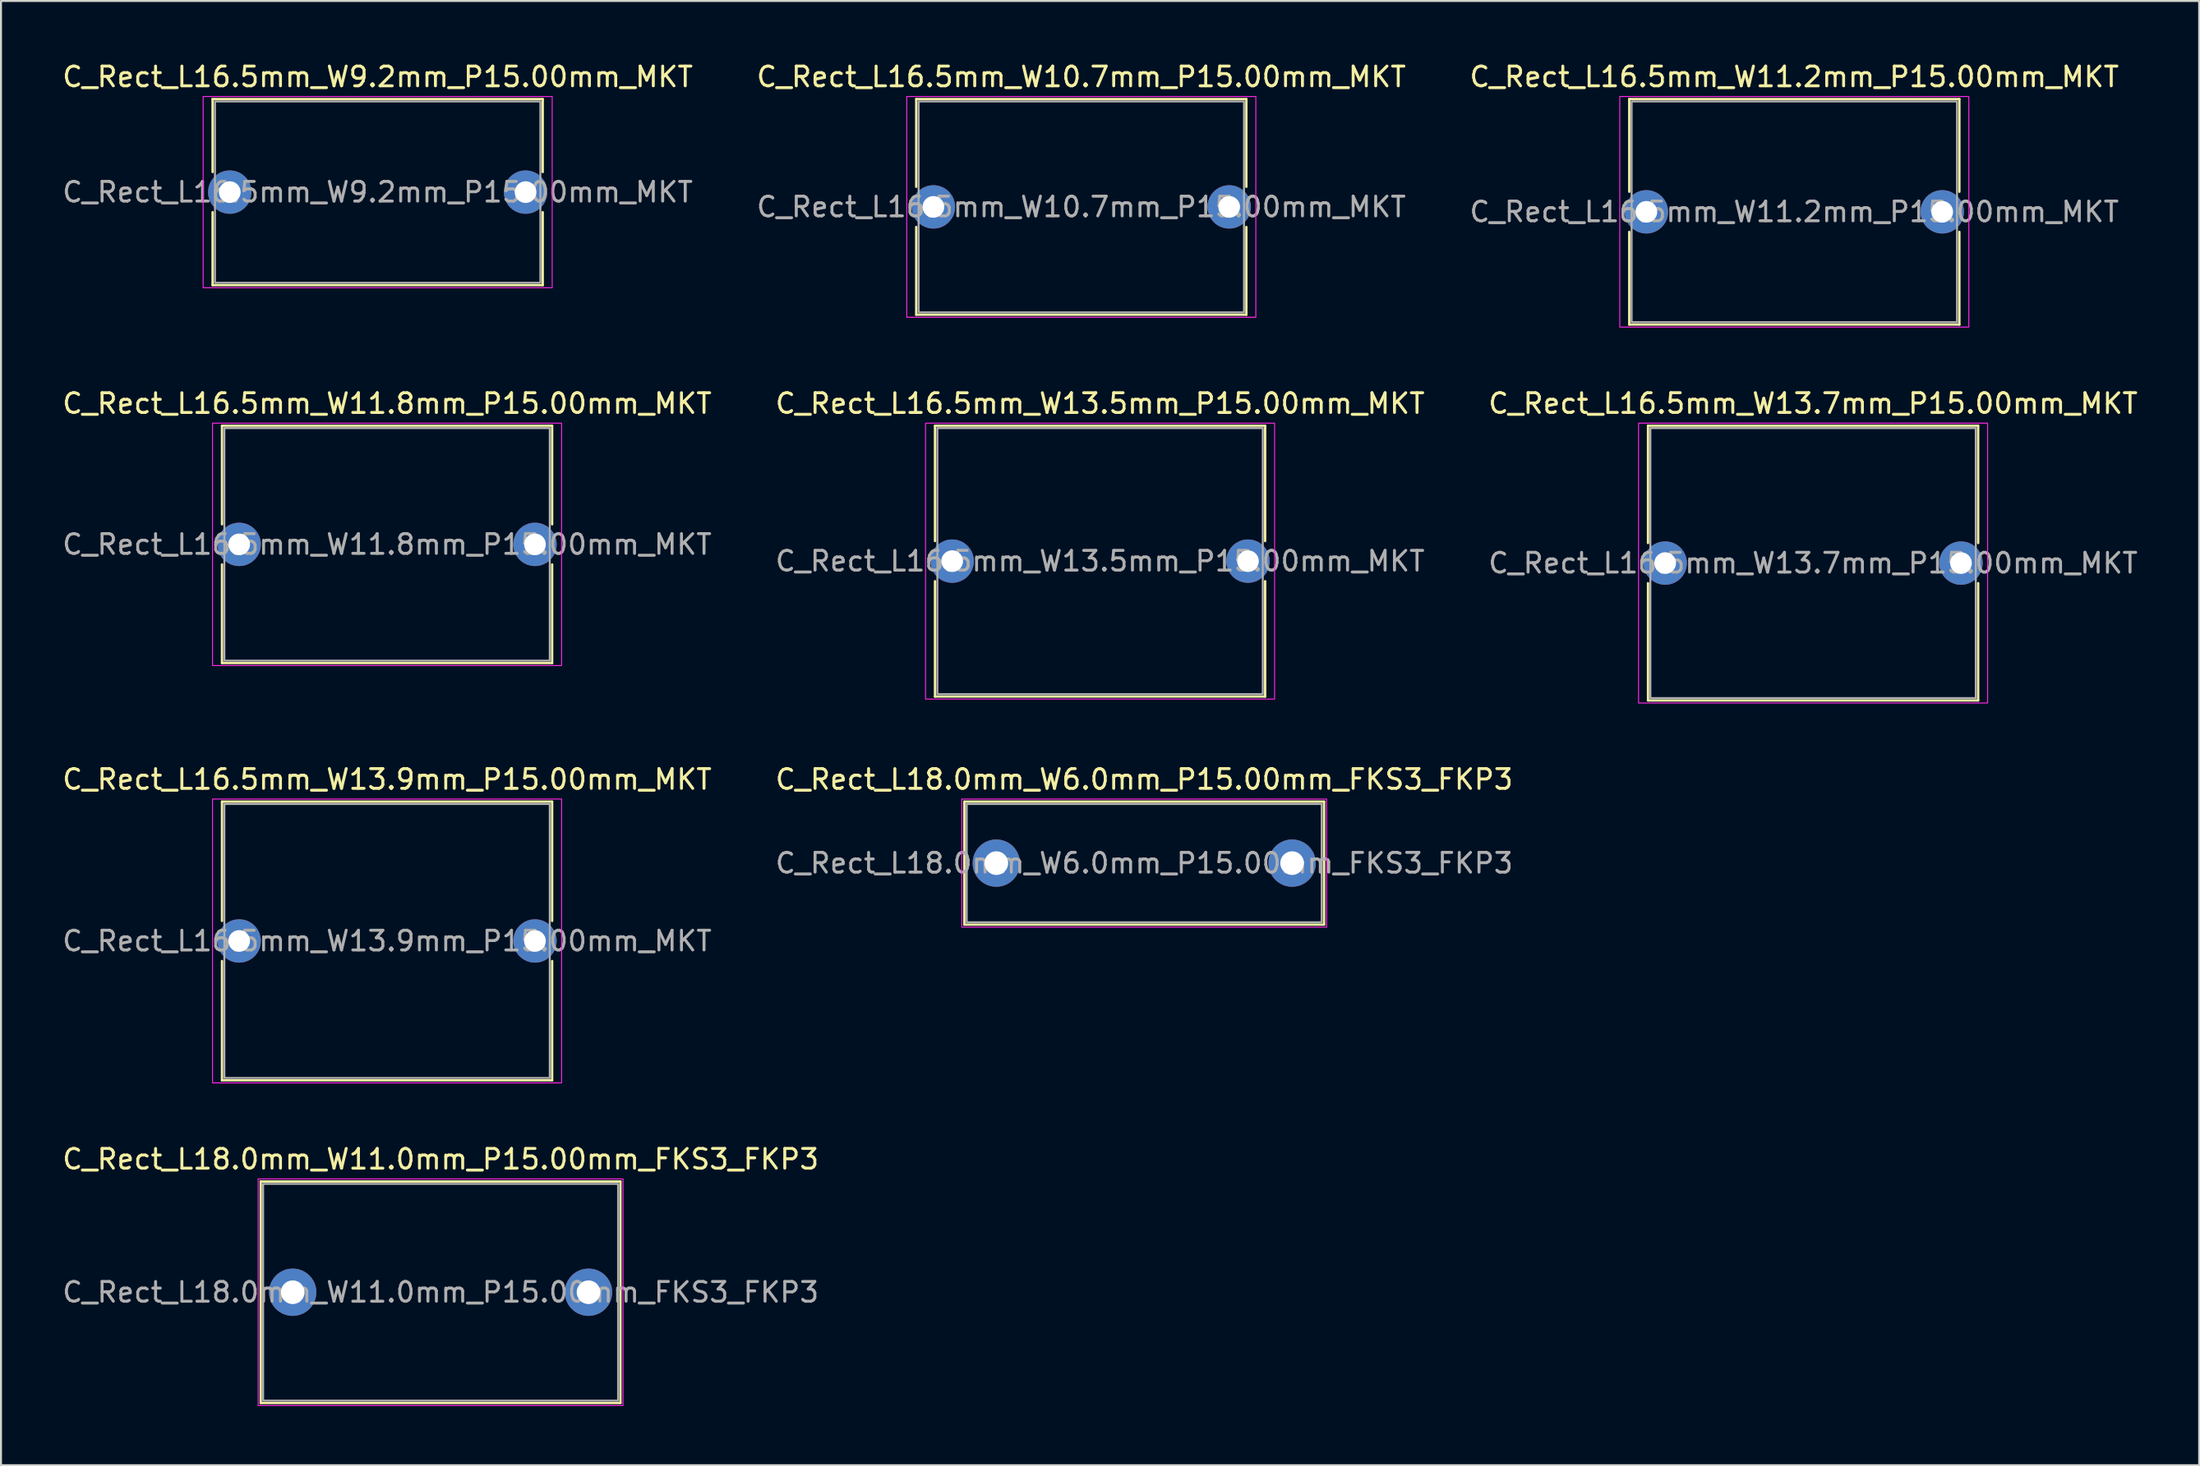
<source format=kicad_pcb>
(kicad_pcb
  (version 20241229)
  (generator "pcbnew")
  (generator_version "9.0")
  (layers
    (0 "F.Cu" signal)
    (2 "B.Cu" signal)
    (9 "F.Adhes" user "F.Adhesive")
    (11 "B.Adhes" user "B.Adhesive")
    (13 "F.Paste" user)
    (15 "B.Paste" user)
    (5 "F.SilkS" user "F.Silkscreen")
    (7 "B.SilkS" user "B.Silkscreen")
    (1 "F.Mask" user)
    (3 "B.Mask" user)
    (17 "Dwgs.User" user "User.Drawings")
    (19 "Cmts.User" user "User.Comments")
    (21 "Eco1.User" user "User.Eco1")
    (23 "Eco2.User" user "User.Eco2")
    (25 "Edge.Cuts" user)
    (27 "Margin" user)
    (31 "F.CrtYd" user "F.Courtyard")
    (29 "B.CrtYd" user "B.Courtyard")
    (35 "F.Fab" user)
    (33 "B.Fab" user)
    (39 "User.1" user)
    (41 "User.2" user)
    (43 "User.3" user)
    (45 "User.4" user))
  (footprint "C_Rect_L16.5mm_W13.7mm_P15.00mm_MKT"
    (layer "F.Cu")
    (at 81.387 25.521)
    (property "Reference" "C_Rect_L16.5mm_W13.7mm_P15.00mm_MKT" (at 7.5 -8.1 0) (layer "F.SilkS") (effects (font (size 1 1) (thickness 0.15))))
    (attr through_hole)
    (fp_line (start -0.87 -6.97) (end -0.87 -1.019) (stroke (width 0.12) (type solid)) (layer "F.SilkS"))
    (fp_line (start -0.87 -6.97) (end 15.87 -6.97) (stroke (width 0.12) (type solid)) (layer "F.SilkS"))
    (fp_line (start -0.87 1.019) (end -0.87 6.97) (stroke (width 0.12) (type solid)) (layer "F.SilkS"))
    (fp_line (start -0.87 6.97) (end 15.87 6.97) (stroke (width 0.12) (type solid)) (layer "F.SilkS"))
    (fp_line (start 15.87 -6.97) (end 15.87 -1.019) (stroke (width 0.12) (type solid)) (layer "F.SilkS"))
    (fp_line (start 15.87 1.019) (end 15.87 6.97) (stroke (width 0.12) (type solid)) (layer "F.SilkS"))
    (fp_rect (start -1.35 -7.1) (end 16.35 7.1) (stroke (width 0.05) (type solid)) (fill no) (layer "F.CrtYd"))
    (fp_rect (start -0.75 -6.85) (end 15.75 6.85) (stroke (width 0.1) (type solid)) (fill no) (layer "F.Fab"))
    (fp_text user "${REFERENCE}" (at 7.5 0 0) (layer "F.Fab") (effects (font (size 1 1) (thickness 0.15))))
    (pad "1" thru_hole circle (at 0 0) (size 2.2 2.2) (drill 1.1) (layers "*.Cu" "*.Mask"))
    (pad "2" thru_hole circle (at 15 0) (size 2.2 2.2) (drill 1.1) (layers "*.Cu" "*.Mask")))
  (footprint "C_Rect_L18.0mm_W6.0mm_P15.00mm_FKS3_FKP3"
    (layer "F.Cu")
    (at 47.47 40.745)
    (property "Reference" "C_Rect_L18.0mm_W6.0mm_P15.00mm_FKS3_FKP3" (at 7.5 -4.25 0) (layer "F.SilkS") (effects (font (size 1 1) (thickness 0.15))))
    (attr through_hole)
    (fp_line (start -1.62 -3.12) (end -1.62 3.12) (stroke (width 0.12) (type solid)) (layer "F.SilkS"))
    (fp_line (start -1.62 -3.12) (end 16.62 -3.12) (stroke (width 0.12) (type solid)) (layer "F.SilkS"))
    (fp_line (start -1.62 3.12) (end 16.62 3.12) (stroke (width 0.12) (type solid)) (layer "F.SilkS"))
    (fp_line (start 16.62 -3.12) (end 16.62 3.12) (stroke (width 0.12) (type solid)) (layer "F.SilkS"))
    (fp_rect (start -1.75 -3.25) (end 16.75 3.25) (stroke (width 0.05) (type solid)) (fill no) (layer "F.CrtYd"))
    (fp_rect (start -1.5 -3) (end 16.5 3) (stroke (width 0.1) (type solid)) (fill no) (layer "F.Fab"))
    (fp_text user "${REFERENCE}" (at 7.5 0 0) (layer "F.Fab") (effects (font (size 1 1) (thickness 0.15))))
    (pad "1" thru_hole circle (at 0 0) (size 2.4 2.4) (drill 1.2) (layers "*.Cu" "*.Mask"))
    (pad "2" thru_hole circle (at 15 0) (size 2.4 2.4) (drill 1.2) (layers "*.Cu" "*.Mask")))
  (footprint "C_Rect_L16.5mm_W11.8mm_P15.00mm_MKT"
    (layer "F.Cu")
    (at 9.077 24.572)
    (property "Reference" "C_Rect_L16.5mm_W11.8mm_P15.00mm_MKT" (at 7.5 -7.15 0) (layer "F.SilkS") (effects (font (size 1 1) (thickness 0.15))))
    (attr through_hole)
    (fp_line (start -0.87 -6.02) (end -0.87 -1.019) (stroke (width 0.12) (type solid)) (layer "F.SilkS"))
    (fp_line (start -0.87 -6.02) (end 15.87 -6.02) (stroke (width 0.12) (type solid)) (layer "F.SilkS"))
    (fp_line (start -0.87 1.019) (end -0.87 6.02) (stroke (width 0.12) (type solid)) (layer "F.SilkS"))
    (fp_line (start -0.87 6.02) (end 15.87 6.02) (stroke (width 0.12) (type solid)) (layer "F.SilkS"))
    (fp_line (start 15.87 -6.02) (end 15.87 -1.019) (stroke (width 0.12) (type solid)) (layer "F.SilkS"))
    (fp_line (start 15.87 1.019) (end 15.87 6.02) (stroke (width 0.12) (type solid)) (layer "F.SilkS"))
    (fp_rect (start -1.35 -6.15) (end 16.35 6.15) (stroke (width 0.05) (type solid)) (fill no) (layer "F.CrtYd"))
    (fp_rect (start -0.75 -5.9) (end 15.75 5.9) (stroke (width 0.1) (type solid)) (fill no) (layer "F.Fab"))
    (fp_text user "${REFERENCE}" (at 7.5 0 0) (layer "F.Fab") (effects (font (size 1 1) (thickness 0.15))))
    (pad "1" thru_hole circle (at 0 0) (size 2.2 2.2) (drill 1.1) (layers "*.Cu" "*.Mask"))
    (pad "2" thru_hole circle (at 15 0) (size 2.2 2.2) (drill 1.1) (layers "*.Cu" "*.Mask")))
  (footprint "C_Rect_L16.5mm_W13.9mm_P15.00mm_MKT"
    (layer "F.Cu")
    (at 9.077 44.695)
    (property "Reference" "C_Rect_L16.5mm_W13.9mm_P15.00mm_MKT" (at 7.5 -8.2 0) (layer "F.SilkS") (effects (font (size 1 1) (thickness 0.15))))
    (attr through_hole)
    (fp_line (start -0.87 -7.07) (end -0.87 -1.019) (stroke (width 0.12) (type solid)) (layer "F.SilkS"))
    (fp_line (start -0.87 -7.07) (end 15.87 -7.07) (stroke (width 0.12) (type solid)) (layer "F.SilkS"))
    (fp_line (start -0.87 1.019) (end -0.87 7.07) (stroke (width 0.12) (type solid)) (layer "F.SilkS"))
    (fp_line (start -0.87 7.07) (end 15.87 7.07) (stroke (width 0.12) (type solid)) (layer "F.SilkS"))
    (fp_line (start 15.87 -7.07) (end 15.87 -1.019) (stroke (width 0.12) (type solid)) (layer "F.SilkS"))
    (fp_line (start 15.87 1.019) (end 15.87 7.07) (stroke (width 0.12) (type solid)) (layer "F.SilkS"))
    (fp_rect (start -1.35 -7.2) (end 16.35 7.2) (stroke (width 0.05) (type solid)) (fill no) (layer "F.CrtYd"))
    (fp_rect (start -0.75 -6.95) (end 15.75 6.95) (stroke (width 0.1) (type solid)) (fill no) (layer "F.Fab"))
    (fp_text user "${REFERENCE}" (at 7.5 0 0) (layer "F.Fab") (effects (font (size 1 1) (thickness 0.15))))
    (pad "1" thru_hole circle (at 0 0) (size 2.2 2.2) (drill 1.1) (layers "*.Cu" "*.Mask"))
    (pad "2" thru_hole circle (at 15 0) (size 2.2 2.2) (drill 1.1) (layers "*.Cu" "*.Mask")))
  (footprint "C_Rect_L16.5mm_W13.5mm_P15.00mm_MKT"
    (layer "F.Cu")
    (at 45.232 25.422)
    (property "Reference" "C_Rect_L16.5mm_W13.5mm_P15.00mm_MKT" (at 7.5 -8 0) (layer "F.SilkS") (effects (font (size 1 1) (thickness 0.15))))
    (attr through_hole)
    (fp_line (start -0.87 -6.87) (end -0.87 -1.019) (stroke (width 0.12) (type solid)) (layer "F.SilkS"))
    (fp_line (start -0.87 -6.87) (end 15.87 -6.87) (stroke (width 0.12) (type solid)) (layer "F.SilkS"))
    (fp_line (start -0.87 1.019) (end -0.87 6.87) (stroke (width 0.12) (type solid)) (layer "F.SilkS"))
    (fp_line (start -0.87 6.87) (end 15.87 6.87) (stroke (width 0.12) (type solid)) (layer "F.SilkS"))
    (fp_line (start 15.87 -6.87) (end 15.87 -1.019) (stroke (width 0.12) (type solid)) (layer "F.SilkS"))
    (fp_line (start 15.87 1.019) (end 15.87 6.87) (stroke (width 0.12) (type solid)) (layer "F.SilkS"))
    (fp_rect (start -1.35 -7) (end 16.35 7) (stroke (width 0.05) (type solid)) (fill no) (layer "F.CrtYd"))
    (fp_rect (start -0.75 -6.75) (end 15.75 6.75) (stroke (width 0.1) (type solid)) (fill no) (layer "F.Fab"))
    (fp_text user "${REFERENCE}" (at 7.5 0 0) (layer "F.Fab") (effects (font (size 1 1) (thickness 0.15))))
    (pad "1" thru_hole circle (at 0 0) (size 2.2 2.2) (drill 1.1) (layers "*.Cu" "*.Mask"))
    (pad "2" thru_hole circle (at 15 0) (size 2.2 2.2) (drill 1.1) (layers "*.Cu" "*.Mask")))
  (footprint "C_Rect_L18.0mm_W11.0mm_P15.00mm_FKS3_FKP3"
    (layer "F.Cu")
    (at 11.792 62.518)
    (property "Reference" "C_Rect_L18.0mm_W11.0mm_P15.00mm_FKS3_FKP3" (at 7.5 -6.75 0) (layer "F.SilkS") (effects (font (size 1 1) (thickness 0.15))))
    (attr through_hole)
    (fp_line (start -1.62 -5.62) (end -1.62 5.62) (stroke (width 0.12) (type solid)) (layer "F.SilkS"))
    (fp_line (start -1.62 -5.62) (end 16.62 -5.62) (stroke (width 0.12) (type solid)) (layer "F.SilkS"))
    (fp_line (start -1.62 5.62) (end 16.62 5.62) (stroke (width 0.12) (type solid)) (layer "F.SilkS"))
    (fp_line (start 16.62 -5.62) (end 16.62 5.62) (stroke (width 0.12) (type solid)) (layer "F.SilkS"))
    (fp_rect (start -1.75 -5.75) (end 16.75 5.75) (stroke (width 0.05) (type solid)) (fill no) (layer "F.CrtYd"))
    (fp_rect (start -1.5 -5.5) (end 16.5 5.5) (stroke (width 0.1) (type solid)) (fill no) (layer "F.Fab"))
    (fp_text user "${REFERENCE}" (at 7.5 0 0) (layer "F.Fab") (effects (font (size 1 1) (thickness 0.15))))
    (pad "1" thru_hole circle (at 0 0) (size 2.4 2.4) (drill 1.2) (layers "*.Cu" "*.Mask"))
    (pad "2" thru_hole circle (at 15 0) (size 2.4 2.4) (drill 1.2) (layers "*.Cu" "*.Mask")))
  (footprint "C_Rect_L16.5mm_W11.2mm_P15.00mm_MKT"
    (layer "F.Cu")
    (at 80.435 7.698)
    (property "Reference" "C_Rect_L16.5mm_W11.2mm_P15.00mm_MKT" (at 7.5 -6.85 0) (layer "F.SilkS") (effects (font (size 1 1) (thickness 0.15))))
    (attr through_hole)
    (fp_line (start -0.87 -5.72) (end -0.87 -1.019) (stroke (width 0.12) (type solid)) (layer "F.SilkS"))
    (fp_line (start -0.87 -5.72) (end 15.87 -5.72) (stroke (width 0.12) (type solid)) (layer "F.SilkS"))
    (fp_line (start -0.87 1.019) (end -0.87 5.72) (stroke (width 0.12) (type solid)) (layer "F.SilkS"))
    (fp_line (start -0.87 5.72) (end 15.87 5.72) (stroke (width 0.12) (type solid)) (layer "F.SilkS"))
    (fp_line (start 15.87 -5.72) (end 15.87 -1.019) (stroke (width 0.12) (type solid)) (layer "F.SilkS"))
    (fp_line (start 15.87 1.019) (end 15.87 5.72) (stroke (width 0.12) (type solid)) (layer "F.SilkS"))
    (fp_rect (start -1.35 -5.85) (end 16.35 5.85) (stroke (width 0.05) (type solid)) (fill no) (layer "F.CrtYd"))
    (fp_rect (start -0.75 -5.6) (end 15.75 5.6) (stroke (width 0.1) (type solid)) (fill no) (layer "F.Fab"))
    (fp_text user "${REFERENCE}" (at 7.5 0 0) (layer "F.Fab") (effects (font (size 1 1) (thickness 0.15))))
    (pad "1" thru_hole circle (at 0 0) (size 2.2 2.2) (drill 1.1) (layers "*.Cu" "*.Mask"))
    (pad "2" thru_hole circle (at 15 0) (size 2.2 2.2) (drill 1.1) (layers "*.Cu" "*.Mask")))
  (footprint "C_Rect_L16.5mm_W9.2mm_P15.00mm_MKT"
    (layer "F.Cu")
    (at 8.601 6.698)
    (property "Reference" "C_Rect_L16.5mm_W9.2mm_P15.00mm_MKT" (at 7.5 -5.85 0) (layer "F.SilkS") (effects (font (size 1 1) (thickness 0.15))))
    (attr through_hole)
    (fp_line (start -0.87 -4.72) (end -0.87 -1.019) (stroke (width 0.12) (type solid)) (layer "F.SilkS"))
    (fp_line (start -0.87 -4.72) (end 15.87 -4.72) (stroke (width 0.12) (type solid)) (layer "F.SilkS"))
    (fp_line (start -0.87 1.019) (end -0.87 4.72) (stroke (width 0.12) (type solid)) (layer "F.SilkS"))
    (fp_line (start -0.87 4.72) (end 15.87 4.72) (stroke (width 0.12) (type solid)) (layer "F.SilkS"))
    (fp_line (start 15.87 -4.72) (end 15.87 -1.019) (stroke (width 0.12) (type solid)) (layer "F.SilkS"))
    (fp_line (start 15.87 1.019) (end 15.87 4.72) (stroke (width 0.12) (type solid)) (layer "F.SilkS"))
    (fp_rect (start -1.35 -4.85) (end 16.35 4.85) (stroke (width 0.05) (type solid)) (fill no) (layer "F.CrtYd"))
    (fp_rect (start -0.75 -4.6) (end 15.75 4.6) (stroke (width 0.1) (type solid)) (fill no) (layer "F.Fab"))
    (fp_text user "${REFERENCE}" (at 7.5 0 0) (layer "F.Fab") (effects (font (size 1 1) (thickness 0.15))))
    (pad "1" thru_hole circle (at 0 0) (size 2.2 2.2) (drill 1.1) (layers "*.Cu" "*.Mask"))
    (pad "2" thru_hole circle (at 15 0) (size 2.2 2.2) (drill 1.1) (layers "*.Cu" "*.Mask")))
  (footprint "C_Rect_L16.5mm_W10.7mm_P15.00mm_MKT"
    (layer "F.Cu")
    (at 44.28 7.448)
    (property "Reference" "C_Rect_L16.5mm_W10.7mm_P15.00mm_MKT" (at 7.5 -6.6 0) (layer "F.SilkS") (effects (font (size 1 1) (thickness 0.15))))
    (attr through_hole)
    (fp_line (start -0.87 -5.47) (end -0.87 -1.019) (stroke (width 0.12) (type solid)) (layer "F.SilkS"))
    (fp_line (start -0.87 -5.47) (end 15.87 -5.47) (stroke (width 0.12) (type solid)) (layer "F.SilkS"))
    (fp_line (start -0.87 1.019) (end -0.87 5.47) (stroke (width 0.12) (type solid)) (layer "F.SilkS"))
    (fp_line (start -0.87 5.47) (end 15.87 5.47) (stroke (width 0.12) (type solid)) (layer "F.SilkS"))
    (fp_line (start 15.87 -5.47) (end 15.87 -1.019) (stroke (width 0.12) (type solid)) (layer "F.SilkS"))
    (fp_line (start 15.87 1.019) (end 15.87 5.47) (stroke (width 0.12) (type solid)) (layer "F.SilkS"))
    (fp_rect (start -1.35 -5.6) (end 16.35 5.6) (stroke (width 0.05) (type solid)) (fill no) (layer "F.CrtYd"))
    (fp_rect (start -0.75 -5.35) (end 15.75 5.35) (stroke (width 0.1) (type solid)) (fill no) (layer "F.Fab"))
    (fp_text user "${REFERENCE}" (at 7.5 0 0) (layer "F.Fab") (effects (font (size 1 1) (thickness 0.15))))
    (pad "1" thru_hole circle (at 0 0) (size 2.2 2.2) (drill 1.1) (layers "*.Cu" "*.Mask"))
    (pad "2" thru_hole circle (at 15 0) (size 2.2 2.2) (drill 1.1) (layers "*.Cu" "*.Mask")))
  (gr_rect
    (start -3 -3)
    (end 108.464 71.293)
    (stroke (width 0.1) (type default))
    (fill no)
    (layer "Edge.Cuts")))
</source>
